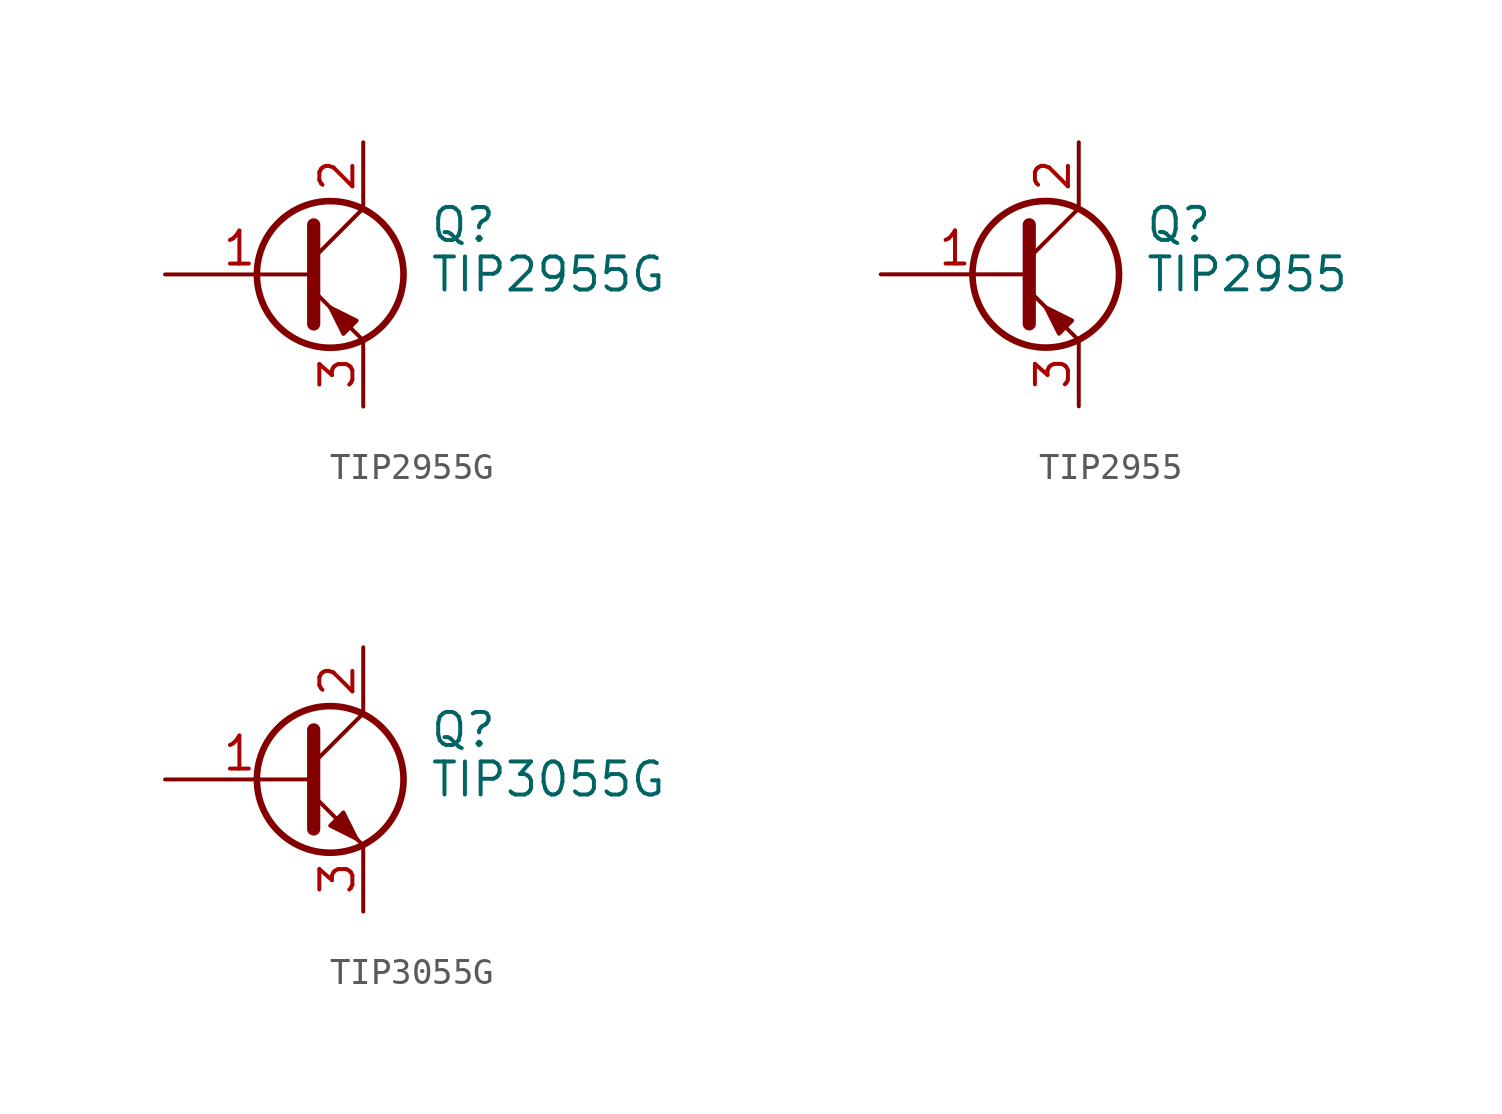
<source format=kicad_sym>
(kicad_symbol_lib
  (version 20201005)
  (generator kicad_symbol_editor)
  (symbol "TIP2955G"
    (pin_names
      (offset 0) hide)
    (property "Reference" "Q"
      (at 5.08 1.905 0)
      (effects (font (size 1.27 1.27)) (justify left)))
    (property "Value" "TIP2955G"
      (at 5.08 0 0)
      (effects (font (size 1.27 1.27)) (justify left)))
    (symbol "TIP2955G_0_1"
      (circle (center 1.27 0) (radius 2.819) (stroke (width 0.254)) (fill (type none)))
      (polyline (pts (xy 0.635 0.635) (xy 2.54 2.54)) (stroke (width 0)) (fill (type none)))
      (polyline (pts (xy 0.635 -0.635) (xy 2.54 -2.54) (xy 2.54 -2.54)) (stroke (width 0)) (fill (type none)))
      (polyline (pts (xy 0.635 1.905) (xy 0.635 -1.905) (xy 0.635 -1.905)) (stroke (width 0.508)) (fill (type none)))
      (polyline (pts (xy 2.286 -1.778) (xy 1.778 -2.286) (xy 1.27 -1.27) (xy 2.286 -1.778) (xy 2.286 -1.778)) (stroke (width 0)) (fill (type outline))))
    (symbol "TIP2955G_1_1"
      (pin input line (at -5.08 0 0) (length 5.715) (name "B" (effects (font (size 1.27 1.27)))) (number "1" (effects (font (size 1.27 1.27)))))
      (pin passive line (at 2.54 5.08 270) (length 2.54) (name "C" (effects (font (size 1.27 1.27)))) (number "2" (effects (font (size 1.27 1.27)))))
      (pin passive line (at 2.54 -5.08 90) (length 2.54) (name "E" (effects (font (size 1.27 1.27)))) (number "3" (effects (font (size 1.27 1.27)))))))
  (symbol "TIP2955"
    (pin_names
      (offset 0) hide)
    (property "Reference" "Q"
      (at 5.08 1.905 0)
      (effects (font (size 1.27 1.27)) (justify left)))
    (property "Value" "TIP2955"
      (at 5.08 0 0)
      (effects (font (size 1.27 1.27)) (justify left)))
    (symbol "TIP2955_0_1"
      (circle (center 1.27 0) (radius 2.819) (stroke (width 0.254)) (fill (type none)))
      (polyline (pts (xy 0.635 0.635) (xy 2.54 2.54)) (stroke (width 0)) (fill (type none)))
      (polyline (pts (xy 0.635 -0.635) (xy 2.54 -2.54) (xy 2.54 -2.54)) (stroke (width 0)) (fill (type none)))
      (polyline (pts (xy 0.635 1.905) (xy 0.635 -1.905) (xy 0.635 -1.905)) (stroke (width 0.508)) (fill (type none)))
      (polyline (pts (xy 2.286 -1.778) (xy 1.778 -2.286) (xy 1.27 -1.27) (xy 2.286 -1.778) (xy 2.286 -1.778)) (stroke (width 0)) (fill (type outline))))
    (symbol "TIP2955_1_1"
      (pin input line (at -5.08 0 0) (length 5.715) (name "B" (effects (font (size 1.27 1.27)))) (number "1" (effects (font (size 1.27 1.27)))))
      (pin passive line (at 2.54 5.08 270) (length 2.54) (name "C" (effects (font (size 1.27 1.27)))) (number "2" (effects (font (size 1.27 1.27)))))
      (pin passive line (at 2.54 -5.08 90) (length 2.54) (name "E" (effects (font (size 1.27 1.27)))) (number "3" (effects (font (size 1.27 1.27)))))))
  (symbol "TIP3055G"
    (pin_names
      (offset 0) hide)
    (property "Reference" "Q"
      (at 5.08 1.905 0)
      (effects (font (size 1.27 1.27)) (justify left)))
    (property "Value" "TIP3055G"
      (at 5.08 0 0)
      (effects (font (size 1.27 1.27)) (justify left)))
    (symbol "TIP3055G_0_1"
      (circle (center 1.27 0) (radius 2.819) (stroke (width 0.254)) (fill (type none)))
      (polyline (pts (xy 0.635 0.635) (xy 2.54 2.54)) (stroke (width 0)) (fill (type none)))
      (polyline (pts (xy 0.635 -0.635) (xy 2.54 -2.54) (xy 2.54 -2.54)) (stroke (width 0)) (fill (type none)))
      (polyline (pts (xy 0.635 1.905) (xy 0.635 -1.905) (xy 0.635 -1.905)) (stroke (width 0.508)) (fill (type none)))
      (polyline (pts (xy 1.27 -1.778) (xy 1.778 -1.27) (xy 2.286 -2.286) (xy 1.27 -1.778) (xy 1.27 -1.778)) (stroke (width 0)) (fill (type outline))))
    (symbol "TIP3055G_1_1"
      (pin input line (at -5.08 0 0) (length 5.715) (name "B" (effects (font (size 1.27 1.27)))) (number "1" (effects (font (size 1.27 1.27)))))
      (pin passive line (at 2.54 5.08 270) (length 2.54) (name "C" (effects (font (size 1.27 1.27)))) (number "2" (effects (font (size 1.27 1.27)))))
      (pin passive line (at 2.54 -5.08 90) (length 2.54) (name "E" (effects (font (size 1.27 1.27)))) (number "3" (effects (font (size 1.27 1.27))))))))
</source>
